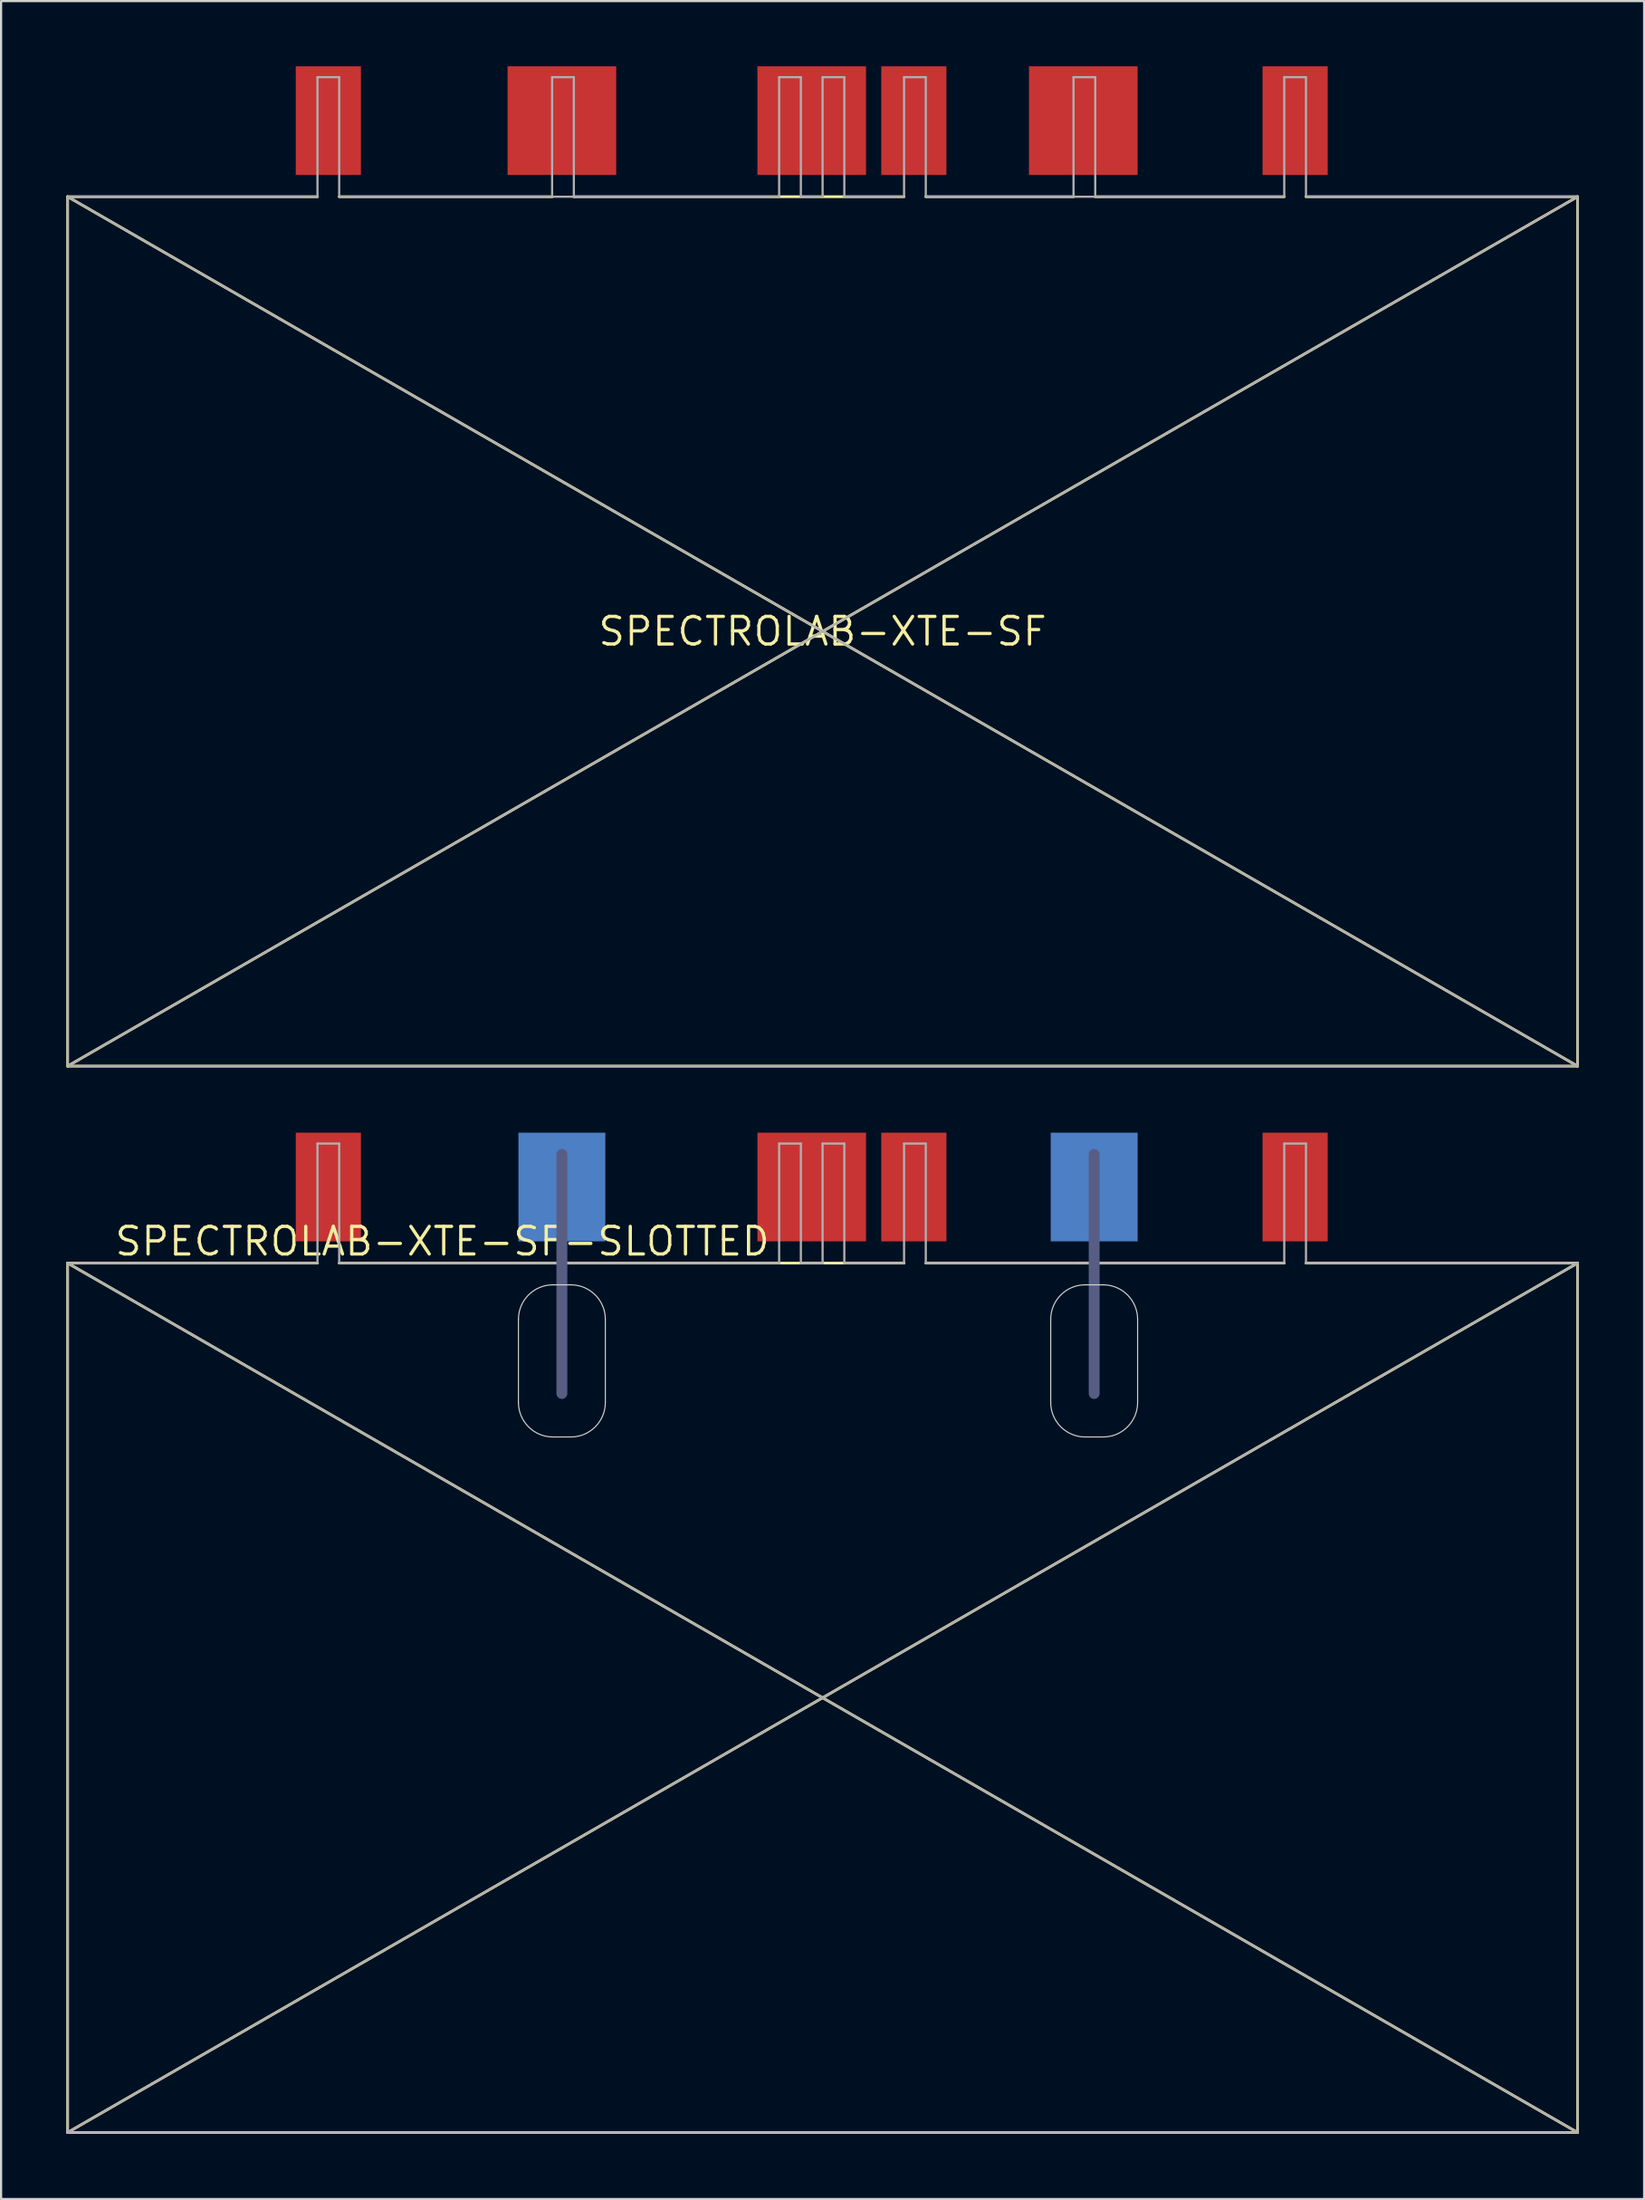
<source format=kicad_pcb>
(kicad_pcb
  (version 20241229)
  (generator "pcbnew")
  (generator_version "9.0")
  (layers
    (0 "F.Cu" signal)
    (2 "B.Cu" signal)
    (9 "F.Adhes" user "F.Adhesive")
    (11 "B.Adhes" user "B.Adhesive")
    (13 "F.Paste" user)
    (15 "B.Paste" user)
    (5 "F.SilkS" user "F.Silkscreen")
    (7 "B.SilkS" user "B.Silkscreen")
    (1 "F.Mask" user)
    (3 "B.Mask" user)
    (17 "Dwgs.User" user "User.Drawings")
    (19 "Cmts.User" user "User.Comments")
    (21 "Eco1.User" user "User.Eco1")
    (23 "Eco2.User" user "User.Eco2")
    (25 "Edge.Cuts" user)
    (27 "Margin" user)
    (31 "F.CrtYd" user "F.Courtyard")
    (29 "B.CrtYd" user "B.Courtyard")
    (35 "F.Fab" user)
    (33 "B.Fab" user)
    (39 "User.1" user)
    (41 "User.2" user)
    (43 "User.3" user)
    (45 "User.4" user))
  (footprint "SPECTROLAB-XTE-SF"
    (layer "F.Cu")
    (at 34.813 26)
    (property "Reference" "SPECTROLAB-XTE-SF" (at 0 0 0) (layer "F.SilkS") (effects (font (size 1.27 1.27) (thickness 0.15))))
    (fp_line (start -34.75 -20) (end -34.75 20) (stroke (width 0.127) (type solid)) (layer "F.SilkS"))
    (fp_line (start -34.75 -20) (end 34.75 20) (stroke (width 0.127) (type solid)) (layer "F.SilkS"))
    (fp_line (start -34.75 20) (end 34.75 20) (stroke (width 0.127) (type solid)) (layer "F.SilkS"))
    (fp_line (start -23.25 -20) (end -34.75 -20) (stroke (width 0.127) (type solid)) (layer "F.SilkS"))
    (fp_line (start -12.45 -20) (end -22.25 -20) (stroke (width 0.127) (type solid)) (layer "F.SilkS"))
    (fp_line (start -11.45 -20) (end 3.75 -20) (stroke (width 0.127) (type solid)) (layer "F.SilkS"))
    (fp_line (start 4.75 -20) (end 11.55 -20) (stroke (width 0.127) (type solid)) (layer "F.SilkS"))
    (fp_line (start 12.55 -20) (end 21.25 -20) (stroke (width 0.127) (type solid)) (layer "F.SilkS"))
    (fp_line (start 22.25 -20) (end 34.75 -20) (stroke (width 0.127) (type solid)) (layer "F.SilkS"))
    (fp_line (start 34.75 -20) (end -34.75 20) (stroke (width 0.127) (type solid)) (layer "F.SilkS"))
    (fp_line (start 34.75 20) (end 34.75 -20) (stroke (width 0.127) (type solid)) (layer "F.SilkS"))
    (fp_line (start -34.75 -20) (end -34.75 20) (stroke (width 0.1) (type solid)) (layer "F.Fab"))
    (fp_line (start -34.75 -20) (end 34.75 20) (stroke (width 0.1) (type solid)) (layer "F.Fab"))
    (fp_line (start -34.75 20) (end 34.75 20) (stroke (width 0.1) (type solid)) (layer "F.Fab"))
    (fp_line (start -23.25 -25.5) (end -22.25 -25.5) (stroke (width 0.1) (type solid)) (layer "F.Fab"))
    (fp_line (start -23.25 -20) (end -34.75 -20) (stroke (width 0.1) (type solid)) (layer "F.Fab"))
    (fp_line (start -23.25 -20) (end -23.25 -25.5) (stroke (width 0.1) (type solid)) (layer "F.Fab"))
    (fp_line (start -22.25 -25.5) (end -22.25 -20) (stroke (width 0.1) (type solid)) (layer "F.Fab"))
    (fp_line (start -12.45 -25.5) (end -11.45 -25.5) (stroke (width 0.1) (type solid)) (layer "F.Fab"))
    (fp_line (start -12.45 -20) (end -22.25 -20) (stroke (width 0.1) (type solid)) (layer "F.Fab"))
    (fp_line (start -12.45 -20) (end -12.45 -25.5) (stroke (width 0.1) (type solid)) (layer "F.Fab"))
    (fp_line (start -12.45 -20) (end -11.45 -20) (stroke (width 0.1) (type solid)) (layer "F.Fab"))
    (fp_line (start -11.45 -25.5) (end -11.45 -20) (stroke (width 0.1) (type solid)) (layer "F.Fab"))
    (fp_line (start -11.45 -20) (end -2 -20) (stroke (width 0.1) (type solid)) (layer "F.Fab"))
    (fp_line (start -2 -25.5) (end -1 -25.5) (stroke (width 0.1) (type solid)) (layer "F.Fab"))
    (fp_line (start -2 -20) (end -2 -25.5) (stroke (width 0.1) (type solid)) (layer "F.Fab"))
    (fp_line (start -1 -25.5) (end -1 -20) (stroke (width 0.1) (type solid)) (layer "F.Fab"))
    (fp_line (start -1 -20) (end 0 -20) (stroke (width 0.1) (type solid)) (layer "F.Fab"))
    (fp_line (start 0 -25.5) (end 1 -25.5) (stroke (width 0.1) (type solid)) (layer "F.Fab"))
    (fp_line (start 0 -20) (end 0 -25.5) (stroke (width 0.1) (type solid)) (layer "F.Fab"))
    (fp_line (start 1 -25.5) (end 1 -20) (stroke (width 0.1) (type solid)) (layer "F.Fab"))
    (fp_line (start 1 -20) (end 3.75 -20) (stroke (width 0.1) (type solid)) (layer "F.Fab"))
    (fp_line (start 3.75 -25.5) (end 4.75 -25.5) (stroke (width 0.1) (type solid)) (layer "F.Fab"))
    (fp_line (start 3.75 -20) (end 3.75 -25.5) (stroke (width 0.1) (type solid)) (layer "F.Fab"))
    (fp_line (start 4.75 -25.5) (end 4.75 -20) (stroke (width 0.1) (type solid)) (layer "F.Fab"))
    (fp_line (start 4.75 -20) (end 11.55 -20) (stroke (width 0.1) (type solid)) (layer "F.Fab"))
    (fp_line (start 11.55 -25.5) (end 12.55 -25.5) (stroke (width 0.1) (type solid)) (layer "F.Fab"))
    (fp_line (start 11.55 -20) (end 11.55 -25.5) (stroke (width 0.1) (type solid)) (layer "F.Fab"))
    (fp_line (start 11.55 -20) (end 12.55 -20) (stroke (width 0.1) (type solid)) (layer "F.Fab"))
    (fp_line (start 12.55 -25.5) (end 12.55 -20) (stroke (width 0.1) (type solid)) (layer "F.Fab"))
    (fp_line (start 12.55 -20) (end 21.25 -20) (stroke (width 0.1) (type solid)) (layer "F.Fab"))
    (fp_line (start 21.25 -25.5) (end 22.25 -25.5) (stroke (width 0.1) (type solid)) (layer "F.Fab"))
    (fp_line (start 21.25 -20) (end 21.25 -25.5) (stroke (width 0.1) (type solid)) (layer "F.Fab"))
    (fp_line (start 22.25 -25.5) (end 22.25 -20) (stroke (width 0.1) (type solid)) (layer "F.Fab"))
    (fp_line (start 22.25 -20) (end 34.75 -20) (stroke (width 0.1) (type solid)) (layer "F.Fab"))
    (fp_line (start 34.75 -20) (end -34.75 20) (stroke (width 0.1) (type solid)) (layer "F.Fab"))
    (fp_line (start 34.75 20) (end 34.75 -20) (stroke (width 0.1) (type solid)) (layer "F.Fab"))
    (pad "NEG1" smd rect (at -22.75 -23.5) (size 3 5) (layers "F.Cu" "F.Mask"))
    (pad "NEG2" smd rect (at 21.75 -23.5) (size 3 5) (layers "F.Cu" "F.Mask"))
    (pad "NEG3" smd rect (at 4.2 -23.5) (size 3 5) (layers "F.Cu" "F.Mask"))
    (pad "NEG4" smd rect (at -0.5 -23.5) (size 5 5) (layers "F.Cu" "F.Mask"))
    (pad "POS1" smd rect (at -12 -23.5) (size 5 5) (layers "F.Cu" "F.Mask"))
    (pad "POS2" smd rect (at 12 -23.5) (size 5 5) (layers "F.Cu" "F.Mask")))
  (footprint "SPECTROLAB-XTE-SF-SLOTTED"
    (layer "F.Cu")
    (at 34.813 75.064)
    (property "Reference" "SPECTROLAB-XTE-SF-SLOTTED" (at -17.5 -21 0) (layer "F.SilkS") (effects (font (size 1.27 1.27) (thickness 0.15))))
    (fp_line (start -34.75 -20) (end -34.75 20) (stroke (width 0.127) (type solid)) (layer "F.SilkS"))
    (fp_line (start -34.75 -20) (end 34.75 20) (stroke (width 0.127) (type solid)) (layer "F.SilkS"))
    (fp_line (start -34.75 20) (end 34.75 20) (stroke (width 0.127) (type solid)) (layer "F.SilkS"))
    (fp_line (start -23.25 -20) (end -34.75 -20) (stroke (width 0.127) (type solid)) (layer "F.SilkS"))
    (fp_line (start -11.45 -20) (end -22.25 -20) (stroke (width 0.127) (type solid)) (layer "F.SilkS"))
    (fp_line (start -11.45 -20) (end 3.75 -20) (stroke (width 0.127) (type solid)) (layer "F.SilkS"))
    (fp_line (start 4.75 -20) (end 11.55 -20) (stroke (width 0.127) (type solid)) (layer "F.SilkS"))
    (fp_line (start 11.55 -20) (end 21.25 -20) (stroke (width 0.127) (type solid)) (layer "F.SilkS"))
    (fp_line (start 22.25 -20) (end 34.75 -20) (stroke (width 0.127) (type solid)) (layer "F.SilkS"))
    (fp_line (start 34.75 -20) (end -34.75 20) (stroke (width 0.127) (type solid)) (layer "F.SilkS"))
    (fp_line (start 34.75 20) (end 34.75 -20) (stroke (width 0.127) (type solid)) (layer "F.SilkS"))
    (fp_line (start -14 -13.588) (end -14 -17.413) (stroke (width 0.05) (type default)) (layer "Edge.Cuts"))
    (fp_line (start -12.412 -19) (end -11.588 -19) (stroke (width 0.05) (type default)) (layer "Edge.Cuts"))
    (fp_line (start -11.588 -12) (end -12.412 -12) (stroke (width 0.05) (type default)) (layer "Edge.Cuts"))
    (fp_line (start -10 -17.413) (end -10 -13.588) (stroke (width 0.05) (type default)) (layer "Edge.Cuts"))
    (fp_line (start 10.5 -13.588) (end 10.5 -17.413) (stroke (width 0.05) (type default)) (layer "Edge.Cuts"))
    (fp_line (start 12.088 -19) (end 12.912 -19) (stroke (width 0.05) (type default)) (layer "Edge.Cuts"))
    (fp_line (start 12.912 -12) (end 12.088 -12) (stroke (width 0.05) (type default)) (layer "Edge.Cuts"))
    (fp_line (start 14.5 -17.413) (end 14.5 -13.588) (stroke (width 0.05) (type default)) (layer "Edge.Cuts"))
    (fp_arc (start -14 -17.4125) (mid -13.535032 -18.535032) (end -12.4125 -19) (stroke (width 0.05) (type default)) (layer "Edge.Cuts"))
    (fp_arc (start -12.4125 -12) (mid -13.535032 -12.464968) (end -14 -13.5875) (stroke (width 0.05) (type default)) (layer "Edge.Cuts"))
    (fp_arc (start -11.5875 -19) (mid -10.464968 -18.535032) (end -10 -17.4125) (stroke (width 0.05) (type default)) (layer "Edge.Cuts"))
    (fp_arc (start -10 -13.5875) (mid -10.464968 -12.464968) (end -11.5875 -12) (stroke (width 0.05) (type default)) (layer "Edge.Cuts"))
    (fp_arc (start 10.5 -17.4125) (mid 10.964968 -18.535032) (end 12.0875 -19) (stroke (width 0.05) (type default)) (layer "Edge.Cuts"))
    (fp_arc (start 12.0875 -12) (mid 10.964968 -12.464968) (end 10.5 -13.5875) (stroke (width 0.05) (type default)) (layer "Edge.Cuts"))
    (fp_arc (start 12.9125 -19) (mid 14.035032 -18.535032) (end 14.5 -17.4125) (stroke (width 0.05) (type default)) (layer "Edge.Cuts"))
    (fp_arc (start 14.5 -13.5875) (mid 14.035032 -12.464968) (end 12.9125 -12) (stroke (width 0.05) (type default)) (layer "Edge.Cuts"))
    (fp_line (start -12 -14) (end -12 -25) (stroke (width 0.5) (type solid)) (layer "B.Fab"))
    (fp_line (start 12.5 -14) (end 12.5 -25) (stroke (width 0.5) (type solid)) (layer "B.Fab"))
    (fp_line (start -34.75 -20) (end -34.75 20) (stroke (width 0.1) (type solid)) (layer "F.Fab"))
    (fp_line (start -34.75 -20) (end 34.75 20) (stroke (width 0.1) (type solid)) (layer "F.Fab"))
    (fp_line (start -34.75 20) (end 34.75 20) (stroke (width 0.1) (type solid)) (layer "F.Fab"))
    (fp_line (start -23.25 -25.5) (end -22.25 -25.5) (stroke (width 0.1) (type solid)) (layer "F.Fab"))
    (fp_line (start -23.25 -20) (end -34.75 -20) (stroke (width 0.1) (type solid)) (layer "F.Fab"))
    (fp_line (start -23.25 -20) (end -23.25 -25.5) (stroke (width 0.1) (type solid)) (layer "F.Fab"))
    (fp_line (start -22.25 -25.5) (end -22.25 -20) (stroke (width 0.1) (type solid)) (layer "F.Fab"))
    (fp_line (start -12.45 -20) (end -22.25 -20) (stroke (width 0.1) (type solid)) (layer "F.Fab"))
    (fp_line (start -12.45 -20) (end -11.45 -20) (stroke (width 0.1) (type solid)) (layer "F.Fab"))
    (fp_line (start -11.45 -20) (end -2 -20) (stroke (width 0.1) (type solid)) (layer "F.Fab"))
    (fp_line (start -2 -25.5) (end -1 -25.5) (stroke (width 0.1) (type solid)) (layer "F.Fab"))
    (fp_line (start -2 -20) (end -2 -25.5) (stroke (width 0.1) (type solid)) (layer "F.Fab"))
    (fp_line (start -1 -25.5) (end -1 -20) (stroke (width 0.1) (type solid)) (layer "F.Fab"))
    (fp_line (start -1 -20) (end 0 -20) (stroke (width 0.1) (type solid)) (layer "F.Fab"))
    (fp_line (start 0 -25.5) (end 1 -25.5) (stroke (width 0.1) (type solid)) (layer "F.Fab"))
    (fp_line (start 0 -20) (end 0 -25.5) (stroke (width 0.1) (type solid)) (layer "F.Fab"))
    (fp_line (start 1 -25.5) (end 1 -20) (stroke (width 0.1) (type solid)) (layer "F.Fab"))
    (fp_line (start 1 -20) (end 3.75 -20) (stroke (width 0.1) (type solid)) (layer "F.Fab"))
    (fp_line (start 3.75 -25.5) (end 4.75 -25.5) (stroke (width 0.1) (type solid)) (layer "F.Fab"))
    (fp_line (start 3.75 -20) (end 3.75 -25.5) (stroke (width 0.1) (type solid)) (layer "F.Fab"))
    (fp_line (start 4.75 -25.5) (end 4.75 -20) (stroke (width 0.1) (type solid)) (layer "F.Fab"))
    (fp_line (start 4.75 -20) (end 11.55 -20) (stroke (width 0.1) (type solid)) (layer "F.Fab"))
    (fp_line (start 11.55 -20) (end 12.55 -20) (stroke (width 0.1) (type solid)) (layer "F.Fab"))
    (fp_line (start 12.55 -20) (end 21.25 -20) (stroke (width 0.1) (type solid)) (layer "F.Fab"))
    (fp_line (start 21.25 -25.5) (end 22.25 -25.5) (stroke (width 0.1) (type solid)) (layer "F.Fab"))
    (fp_line (start 21.25 -20) (end 21.25 -25.5) (stroke (width 0.1) (type solid)) (layer "F.Fab"))
    (fp_line (start 22.25 -25.5) (end 22.25 -20) (stroke (width 0.1) (type solid)) (layer "F.Fab"))
    (fp_line (start 22.25 -20) (end 34.75 -20) (stroke (width 0.1) (type solid)) (layer "F.Fab"))
    (fp_line (start 34.75 -20) (end -34.75 20) (stroke (width 0.1) (type solid)) (layer "F.Fab"))
    (fp_line (start 34.75 20) (end 34.75 -20) (stroke (width 0.1) (type solid)) (layer "F.Fab"))
    (pad "NEG1" smd rect (at -22.75 -23.5) (size 3 5) (layers "F.Cu" "F.Mask"))
    (pad "NEG2" smd rect (at 21.75 -23.5) (size 3 5) (layers "F.Cu" "F.Mask"))
    (pad "NEG3" smd rect (at 4.2 -23.5) (size 3 5) (layers "F.Cu" "F.Mask"))
    (pad "NEG4" smd rect (at -0.5 -23.5) (size 5 5) (layers "F.Cu" "F.Mask"))
    (pad "POS1" smd rect (at -12 -23.5) (size 4 5) (layers "B.Cu" "B.Mask"))
    (pad "POS2" smd rect (at 12.5 -23.5) (size 4 5) (layers "B.Cu" "B.Mask")))
  (gr_rect
    (start -3 -3)
    (end 72.627 98.127)
    (stroke (width 0.1) (type default))
    (fill no)
    (layer "Edge.Cuts")))
</source>
